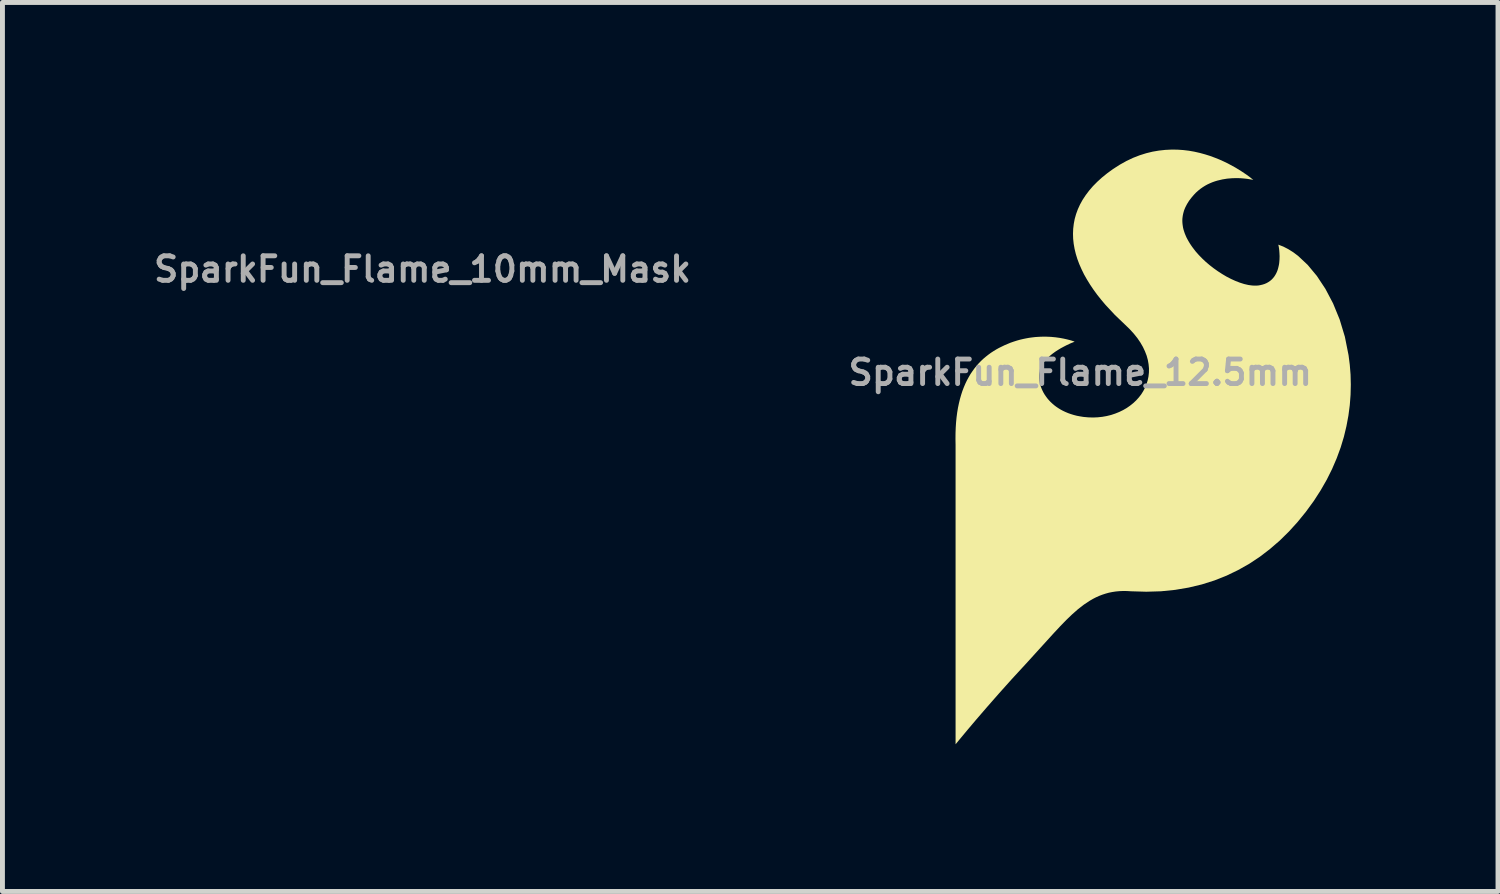
<source format=kicad_pcb>
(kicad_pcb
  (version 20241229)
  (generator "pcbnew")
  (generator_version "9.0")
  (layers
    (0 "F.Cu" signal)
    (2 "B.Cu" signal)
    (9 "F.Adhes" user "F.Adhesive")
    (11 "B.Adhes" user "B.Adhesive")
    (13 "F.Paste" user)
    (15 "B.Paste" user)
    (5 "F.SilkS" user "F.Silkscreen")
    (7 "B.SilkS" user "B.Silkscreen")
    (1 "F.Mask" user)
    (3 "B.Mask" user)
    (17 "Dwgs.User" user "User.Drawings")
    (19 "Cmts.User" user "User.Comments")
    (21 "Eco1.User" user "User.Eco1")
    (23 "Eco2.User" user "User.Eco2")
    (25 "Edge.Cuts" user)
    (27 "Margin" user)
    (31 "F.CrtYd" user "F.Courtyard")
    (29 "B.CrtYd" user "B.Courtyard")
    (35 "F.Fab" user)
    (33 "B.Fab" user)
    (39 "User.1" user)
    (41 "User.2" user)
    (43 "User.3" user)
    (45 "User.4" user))
  (footprint "SparkFun_Flame_12.5mm"
    (layer "F.Cu")
    (at 20.46 6.062)
    (property "Reference" "SparkFun_Flame_12.5mm" (at -1.486 -1.518 0) (layer "F.Fab") (effects (font (size 0.5 0.5) (thickness 0.1))))
    (attr board_only exclude_from_pos_files exclude_from_bom)
    (fp_poly (pts (xy 0.493 -6.061) (xy 0.613 -6.053) (xy 0.729 -6.039) (xy 0.842 -6.019) (xy 0.952 -5.994) (xy 1.058 -5.965) (xy 1.16 -5.933) (xy 1.257 -5.897) (xy 1.35 -5.86) (xy 1.439 -5.82) (xy 1.522 -5.78) (xy 1.673 -5.698) (xy 1.8 -5.62) (xy 1.903 -5.551) (xy 1.979 -5.495) (xy 2.042 -5.444) (xy 2.008 -5.451) (xy 1.916 -5.466) (xy 1.851 -5.473) (xy 1.777 -5.479) (xy 1.694 -5.481) (xy 1.604 -5.478) (xy 1.509 -5.47) (xy 1.411 -5.454) (xy 1.31 -5.43) (xy 1.26 -5.415) (xy 1.209 -5.397) (xy 1.159 -5.376) (xy 1.109 -5.353) (xy 1.06 -5.326) (xy 1.012 -5.296) (xy 0.965 -5.263) (xy 0.919 -5.226) (xy 0.874 -5.186) (xy 0.832 -5.142) (xy 0.779 -5.08) (xy 0.732 -5.018) (xy 0.692 -4.954) (xy 0.658 -4.889) (xy 0.644 -4.856) (xy 0.631 -4.823) (xy 0.621 -4.789) (xy 0.612 -4.755) (xy 0.605 -4.721) (xy 0.6 -4.686) (xy 0.596 -4.651) (xy 0.595 -4.616) (xy 0.596 -4.58) (xy 0.599 -4.544) (xy 0.604 -4.507) (xy 0.61 -4.47) (xy 0.619 -4.432) (xy 0.631 -4.394) (xy 0.644 -4.355) (xy 0.66 -4.316) (xy 0.677 -4.276) (xy 0.698 -4.236) (xy 0.72 -4.196) (xy 0.745 -4.154) (xy 0.772 -4.113) (xy 0.802 -4.07) (xy 0.868 -3.984) (xy 0.93 -3.914) (xy 0.998 -3.844) (xy 1.071 -3.775) (xy 1.15 -3.708) (xy 1.232 -3.644) (xy 1.318 -3.583) (xy 1.406 -3.526) (xy 1.495 -3.473) (xy 1.586 -3.426) (xy 1.676 -3.385) (xy 1.766 -3.35) (xy 1.854 -3.322) (xy 1.94 -3.302) (xy 1.982 -3.296) (xy 2.023 -3.291) (xy 2.063 -3.289) (xy 2.102 -3.289) (xy 2.139 -3.291) (xy 2.176 -3.297) (xy 2.225 -3.308) (xy 2.27 -3.322) (xy 2.312 -3.34) (xy 2.349 -3.361) (xy 2.383 -3.384) (xy 2.414 -3.41) (xy 2.441 -3.438) (xy 2.466 -3.468) (xy 2.487 -3.5) (xy 2.506 -3.533) (xy 2.522 -3.567) (xy 2.536 -3.602) (xy 2.547 -3.638) (xy 2.556 -3.675) (xy 2.564 -3.711) (xy 2.57 -3.748) (xy 2.576 -3.82) (xy 2.578 -3.888) (xy 2.575 -3.952) (xy 2.571 -4.008) (xy 2.565 -4.056) (xy 2.559 -4.092) (xy 2.552 -4.124) (xy 2.653 -4.085) (xy 2.754 -4.033) (xy 2.855 -3.97) (xy 2.955 -3.895) (xy 3.151 -3.711) (xy 3.338 -3.486) (xy 3.512 -3.223) (xy 3.668 -2.927) (xy 3.802 -2.6) (xy 3.909 -2.246) (xy 3.984 -1.87) (xy 4.009 -1.674) (xy 4.025 -1.474) (xy 4.03 -1.27) (xy 4.025 -1.062) (xy 4.009 -0.852) (xy 3.981 -0.639) (xy 3.941 -0.424) (xy 3.889 -0.207) (xy 3.823 0.011) (xy 3.743 0.229) (xy 3.649 0.448) (xy 3.54 0.667) (xy 3.415 0.885) (xy 3.275 1.102) (xy 3.115 1.321) (xy 2.946 1.529) (xy 2.768 1.725) (xy 2.581 1.909) (xy 2.383 2.08) (xy 2.177 2.238) (xy 1.96 2.382) (xy 1.733 2.51) (xy 1.497 2.624) (xy 1.25 2.722) (xy 0.993 2.803) (xy 0.726 2.867) (xy 0.448 2.914) (xy 0.16 2.943) (xy -0.139 2.952) (xy -0.449 2.943) (xy -0.531 2.938) (xy -0.61 2.937) (xy -0.686 2.94) (xy -0.761 2.947) (xy -0.833 2.958) (xy -0.903 2.972) (xy -0.971 2.991) (xy -1.038 3.013) (xy -1.103 3.038) (xy -1.167 3.067) (xy -1.229 3.099) (xy -1.291 3.135) (xy -1.412 3.215) (xy -1.532 3.308) (xy -1.651 3.413) (xy -1.772 3.529) (xy -1.895 3.656) (xy -2.022 3.792) (xy -2.599 4.427) (xy -2.882 4.734) (xy -3.147 5.03) (xy -3.39 5.307) (xy -3.603 5.554) (xy -3.779 5.762) (xy -3.913 5.923) (xy -4.028 6.062) (xy -4.028 -0.042) (xy -4.03 -0.163) (xy -4.029 -0.28) (xy -4.025 -0.392) (xy -4.018 -0.5) (xy -4.008 -0.603) (xy -3.995 -0.702) (xy -3.979 -0.798) (xy -3.96 -0.889) (xy -3.939 -0.976) (xy -3.915 -1.06) (xy -3.889 -1.14) (xy -3.86 -1.216) (xy -3.829 -1.289) (xy -3.796 -1.358) (xy -3.76 -1.424) (xy -3.723 -1.487) (xy -3.683 -1.546) (xy -3.642 -1.603) (xy -3.599 -1.656) (xy -3.554 -1.707) (xy -3.507 -1.755) (xy -3.459 -1.8) (xy -3.409 -1.842) (xy -3.358 -1.882) (xy -3.306 -1.92) (xy -3.252 -1.955) (xy -3.198 -1.988) (xy -3.142 -2.019) (xy -3.027 -2.075) (xy -2.91 -2.124) (xy -2.844 -2.147) (xy -2.778 -2.168) (xy -2.714 -2.186) (xy -2.65 -2.201) (xy -2.587 -2.214) (xy -2.526 -2.225) (xy -2.465 -2.233) (xy -2.406 -2.24) (xy -2.348 -2.244) (xy -2.292 -2.247) (xy -2.237 -2.248) (xy -2.184 -2.248) (xy -2.133 -2.246) (xy -2.083 -2.244) (xy -1.989 -2.235) (xy -1.904 -2.223) (xy -1.828 -2.209) (xy -1.761 -2.194) (xy -1.705 -2.18) (xy -1.66 -2.167) (xy -1.627 -2.156) (xy -1.6 -2.146) (xy -1.684 -2.112) (xy -1.773 -2.07) (xy -1.825 -2.043) (xy -1.881 -2.013) (xy -1.937 -1.979) (xy -1.995 -1.942) (xy -2.051 -1.901) (xy -2.105 -1.857) (xy -2.156 -1.81) (xy -2.18 -1.785) (xy -2.202 -1.759) (xy -2.223 -1.733) (xy -2.242 -1.706) (xy -2.26 -1.678) (xy -2.275 -1.65) (xy -2.29 -1.615) (xy -2.302 -1.58) (xy -2.312 -1.543) (xy -2.318 -1.506) (xy -2.322 -1.467) (xy -2.323 -1.428) (xy -2.322 -1.389) (xy -2.318 -1.349) (xy -2.311 -1.309) (xy -2.301 -1.268) (xy -2.289 -1.228) (xy -2.274 -1.188) (xy -2.256 -1.148) (xy -2.236 -1.108) (xy -2.213 -1.069) (xy -2.187 -1.031) (xy -2.159 -0.993) (xy -2.128 -0.956) (xy -2.095 -0.921) (xy -2.058 -0.886) (xy -2.02 -0.853) (xy -1.978 -0.821) (xy -1.934 -0.791) (xy -1.888 -0.763) (xy -1.838 -0.736) (xy -1.787 -0.712) (xy -1.732 -0.689) (xy -1.675 -0.669) (xy -1.616 -0.651) (xy -1.554 -0.635) (xy -1.489 -0.623) (xy -1.422 -0.612) (xy -1.323 -0.603) (xy -1.225 -0.6) (xy -1.13 -0.604) (xy -1.036 -0.614) (xy -0.946 -0.63) (xy -0.857 -0.652) (xy -0.773 -0.68) (xy -0.691 -0.713) (xy -0.613 -0.751) (xy -0.54 -0.793) (xy -0.471 -0.841) (xy -0.406 -0.893) (xy -0.346 -0.949) (xy -0.292 -1.009) (xy -0.243 -1.072) (xy -0.201 -1.139) (xy -0.164 -1.21) (xy -0.134 -1.283) (xy -0.111 -1.359) (xy -0.095 -1.437) (xy -0.086 -1.518) (xy -0.085 -1.601) (xy -0.093 -1.686) (xy -0.108 -1.772) (xy -0.132 -1.86) (xy -0.166 -1.948) (xy -0.208 -2.038) (xy -0.26 -2.128) (xy -0.322 -2.219) (xy -0.395 -2.31) (xy -0.477 -2.4) (xy -0.571 -2.491) (xy -0.781 -2.692) (xy -0.971 -2.896) (xy -1.058 -2.999) (xy -1.14 -3.102) (xy -1.216 -3.206) (xy -1.286 -3.31) (xy -1.35 -3.414) (xy -1.409 -3.518) (xy -1.46 -3.623) (xy -1.506 -3.727) (xy -1.545 -3.831) (xy -1.577 -3.935) (xy -1.602 -4.039) (xy -1.62 -4.142) (xy -1.631 -4.245) (xy -1.634 -4.347) (xy -1.63 -4.448) (xy -1.618 -4.549) (xy -1.599 -4.649) (xy -1.571 -4.748) (xy -1.535 -4.846) (xy -1.491 -4.942) (xy -1.438 -5.038) (xy -1.376 -5.132) (xy -1.306 -5.225) (xy -1.227 -5.317) (xy -1.138 -5.407) (xy -1.041 -5.495) (xy -0.933 -5.582) (xy -0.816 -5.667) (xy -0.68 -5.754) (xy -0.544 -5.83) (xy -0.409 -5.894) (xy -0.275 -5.946) (xy -0.142 -5.988) (xy -0.011 -6.02) (xy 0.118 -6.042) (xy 0.246 -6.056) (xy 0.371 -6.062)) (stroke (width -0.000001) (type solid)) (fill yes) (layer "F.SilkS")))
  (footprint "SparkFun_Flame_10mm_Mask"
    (layer "F.Cu")
    (at 7.936 4.85)
    (property "Reference" "SparkFun_Flame_10mm_Mask" (at -2.372 -2.411 0) (layer "F.Fab") (effects (font (size 0.5 0.5) (thickness 0.1))))
    (attr board_only exclude_from_pos_files exclude_from_bom)
    (fp_poly (pts (xy 0.394 -4.849) (xy 0.49 -4.842) (xy 0.583 -4.831) (xy 0.674 -4.815) (xy 0.762 -4.795) (xy 0.846 -4.772) (xy 0.928 -4.746) (xy 1.006 -4.718) (xy 1.08 -4.688) (xy 1.151 -4.656) (xy 1.218 -4.624) (xy 1.338 -4.559) (xy 1.44 -4.496) (xy 1.523 -4.441) (xy 1.583 -4.396) (xy 1.634 -4.355) (xy 1.607 -4.361) (xy 1.532 -4.373) (xy 1.481 -4.379) (xy 1.421 -4.383) (xy 1.355 -4.384) (xy 1.283 -4.382) (xy 1.207 -4.376) (xy 1.129 -4.363) (xy 1.048 -4.344) (xy 1.008 -4.332) (xy 0.967 -4.318) (xy 0.927 -4.301) (xy 0.887 -4.282) (xy 0.848 -4.261) (xy 0.809 -4.237) (xy 0.772 -4.21) (xy 0.735 -4.181) (xy 0.699 -4.149) (xy 0.665 -4.113) (xy 0.623 -4.064) (xy 0.586 -4.014) (xy 0.554 -3.963) (xy 0.527 -3.911) (xy 0.515 -3.885) (xy 0.505 -3.858) (xy 0.497 -3.832) (xy 0.489 -3.804) (xy 0.484 -3.777) (xy 0.48 -3.749) (xy 0.477 -3.721) (xy 0.476 -3.693) (xy 0.477 -3.664) (xy 0.479 -3.635) (xy 0.483 -3.605) (xy 0.488 -3.576) (xy 0.496 -3.545) (xy 0.505 -3.515) (xy 0.515 -3.484) (xy 0.528 -3.453) (xy 0.542 -3.421) (xy 0.558 -3.389) (xy 0.576 -3.356) (xy 0.596 -3.324) (xy 0.618 -3.29) (xy 0.641 -3.256) (xy 0.695 -3.187) (xy 0.744 -3.131) (xy 0.798 -3.075) (xy 0.857 -3.02) (xy 0.92 -2.966) (xy 0.986 -2.915) (xy 1.054 -2.866) (xy 1.124 -2.821) (xy 1.196 -2.779) (xy 1.268 -2.741) (xy 1.341 -2.708) (xy 1.413 -2.68) (xy 1.483 -2.658) (xy 1.552 -2.642) (xy 1.585 -2.636) (xy 1.618 -2.633) (xy 1.65 -2.631) (xy 1.681 -2.631) (xy 1.711 -2.633) (xy 1.741 -2.637) (xy 1.78 -2.646) (xy 1.816 -2.658) (xy 1.849 -2.672) (xy 1.879 -2.689) (xy 1.907 -2.708) (xy 1.931 -2.728) (xy 1.953 -2.751) (xy 1.973 -2.775) (xy 1.99 -2.8) (xy 2.005 -2.826) (xy 2.018 -2.854) (xy 2.029 -2.882) (xy 2.038 -2.911) (xy 2.045 -2.94) (xy 2.051 -2.969) (xy 2.056 -2.998) (xy 2.061 -3.056) (xy 2.062 -3.111) (xy 2.06 -3.162) (xy 2.057 -3.207) (xy 2.052 -3.245) (xy 2.047 -3.274) (xy 2.042 -3.299) (xy 2.122 -3.268) (xy 2.203 -3.227) (xy 2.284 -3.176) (xy 2.364 -3.116) (xy 2.521 -2.969) (xy 2.671 -2.789) (xy 2.81 -2.579) (xy 2.934 -2.341) (xy 3.041 -2.08) (xy 3.127 -1.797) (xy 3.187 -1.496) (xy 3.207 -1.339) (xy 3.22 -1.179) (xy 3.224 -1.016) (xy 3.22 -0.85) (xy 3.207 -0.682) (xy 3.185 -0.511) (xy 3.153 -0.339) (xy 3.111 -0.166) (xy 3.058 0.009) (xy 2.994 0.184) (xy 2.919 0.359) (xy 2.832 0.534) (xy 2.732 0.708) (xy 2.62 0.881) (xy 2.492 1.057) (xy 2.357 1.223) (xy 2.215 1.38) (xy 2.064 1.527) (xy 1.907 1.664) (xy 1.741 1.79) (xy 1.568 1.905) (xy 1.387 2.008) (xy 1.198 2.099) (xy 1 2.177) (xy 0.795 2.242) (xy 0.581 2.294) (xy 0.359 2.331) (xy 0.128 2.354) (xy -0.111 2.362) (xy -0.359 2.354) (xy -0.424 2.35) (xy -0.488 2.349) (xy -0.549 2.352) (xy -0.608 2.358) (xy -0.666 2.366) (xy -0.722 2.378) (xy -0.777 2.393) (xy -0.83 2.41) (xy -0.882 2.43) (xy -0.933 2.453) (xy -0.983 2.479) (xy -1.033 2.508) (xy -1.13 2.572) (xy -1.226 2.647) (xy -1.321 2.731) (xy -1.418 2.823) (xy -1.516 2.925) (xy -1.618 3.034) (xy -2.079 3.541) (xy -2.305 3.787) (xy -2.518 4.024) (xy -2.712 4.245) (xy -2.882 4.443) (xy -3.023 4.61) (xy -3.13 4.738) (xy -3.222 4.85) (xy -3.222 -0.034) (xy -3.224 -0.131) (xy -3.223 -0.224) (xy -3.22 -0.314) (xy -3.214 -0.4) (xy -3.206 -0.483) (xy -3.196 -0.562) (xy -3.183 -0.638) (xy -3.168 -0.711) (xy -3.151 -0.781) (xy -3.132 -0.848) (xy -3.111 -0.912) (xy -3.088 -0.973) (xy -3.063 -1.031) (xy -3.037 -1.086) (xy -3.008 -1.139) (xy -2.978 -1.189) (xy -2.947 -1.237) (xy -2.914 -1.282) (xy -2.879 -1.325) (xy -2.843 -1.365) (xy -2.806 -1.404) (xy -2.767 -1.44) (xy -2.728 -1.474) (xy -2.687 -1.506) (xy -2.645 -1.536) (xy -2.602 -1.564) (xy -2.558 -1.591) (xy -2.514 -1.616) (xy -2.422 -1.66) (xy -2.328 -1.699) (xy -2.275 -1.718) (xy -2.223 -1.734) (xy -2.171 -1.749) (xy -2.12 -1.761) (xy -2.07 -1.771) (xy -2.021 -1.78) (xy -1.972 -1.787) (xy -1.925 -1.792) (xy -1.879 -1.795) (xy -1.834 -1.798) (xy -1.79 -1.799) (xy -1.747 -1.798) (xy -1.706 -1.797) (xy -1.666 -1.795) (xy -1.591 -1.788) (xy -1.523 -1.778) (xy -1.462 -1.767) (xy -1.409 -1.756) (xy -1.364 -1.744) (xy -1.328 -1.733) (xy -1.302 -1.725) (xy -1.28 -1.717) (xy -1.347 -1.689) (xy -1.419 -1.656) (xy -1.46 -1.635) (xy -1.504 -1.61) (xy -1.55 -1.583) (xy -1.596 -1.553) (xy -1.641 -1.521) (xy -1.684 -1.486) (xy -1.725 -1.448) (xy -1.744 -1.428) (xy -1.762 -1.408) (xy -1.779 -1.386) (xy -1.794 -1.365) (xy -1.808 -1.343) (xy -1.82 -1.32) (xy -1.832 -1.292) (xy -1.842 -1.264) (xy -1.849 -1.235) (xy -1.855 -1.205) (xy -1.858 -1.174) (xy -1.859 -1.143) (xy -1.858 -1.111) (xy -1.854 -1.079) (xy -1.849 -1.047) (xy -1.841 -1.015) (xy -1.831 -0.982) (xy -1.819 -0.95) (xy -1.805 -0.918) (xy -1.789 -0.887) (xy -1.77 -0.855) (xy -1.75 -0.825) (xy -1.727 -0.795) (xy -1.703 -0.765) (xy -1.676 -0.737) (xy -1.647 -0.709) (xy -1.616 -0.683) (xy -1.583 -0.657) (xy -1.547 -0.633) (xy -1.51 -0.61) (xy -1.471 -0.589) (xy -1.429 -0.569) (xy -1.386 -0.551) (xy -1.34 -0.535) (xy -1.293 -0.521) (xy -1.243 -0.508) (xy -1.191 -0.498) (xy -1.138 -0.49) (xy -1.058 -0.482) (xy -0.98 -0.48) (xy -0.904 -0.483) (xy -0.829 -0.491) (xy -0.756 -0.504) (xy -0.686 -0.522) (xy -0.618 -0.544) (xy -0.553 -0.57) (xy -0.491 -0.6) (xy -0.432 -0.635) (xy -0.376 -0.673) (xy -0.325 -0.714) (xy -0.277 -0.759) (xy -0.234 -0.807) (xy -0.195 -0.858) (xy -0.161 -0.911) (xy -0.131 -0.968) (xy -0.107 -1.026) (xy -0.089 -1.087) (xy -0.076 -1.15) (xy -0.069 -1.215) (xy -0.068 -1.281) (xy -0.074 -1.349) (xy -0.087 -1.418) (xy -0.106 -1.488) (xy -0.133 -1.559) (xy -0.167 -1.63) (xy -0.208 -1.702) (xy -0.258 -1.775) (xy -0.316 -1.848) (xy -0.382 -1.92) (xy -0.457 -1.993) (xy -0.625 -2.153) (xy -0.777 -2.317) (xy -0.847 -2.399) (xy -0.912 -2.482) (xy -0.973 -2.565) (xy -1.029 -2.648) (xy -1.08 -2.731) (xy -1.127 -2.815) (xy -1.168 -2.898) (xy -1.205 -2.982) (xy -1.236 -3.065) (xy -1.261 -3.148) (xy -1.282 -3.231) (xy -1.296 -3.314) (xy -1.305 -3.396) (xy -1.307 -3.477) (xy -1.304 -3.559) (xy -1.295 -3.639) (xy -1.279 -3.719) (xy -1.257 -3.798) (xy -1.228 -3.877) (xy -1.193 -3.954) (xy -1.15 -4.03) (xy -1.101 -4.106) (xy -1.045 -4.18) (xy -0.981 -4.254) (xy -0.911 -4.325) (xy -0.832 -4.396) (xy -0.747 -4.465) (xy -0.653 -4.533) (xy -0.544 -4.604) (xy -0.435 -4.664) (xy -0.327 -4.715) (xy -0.22 -4.757) (xy -0.114 -4.79) (xy -0.009 -4.816) (xy 0.095 -4.834) (xy 0.197 -4.845) (xy 0.296 -4.85)) (stroke (width -0.000001) (type solid)) (fill yes) (layer "F.Mask")))
  (gr_rect
    (start -3 -3)
    (end 27.491 15.125)
    (stroke (width 0.1) (type default))
    (fill no)
    (layer "Edge.Cuts")))
</source>
